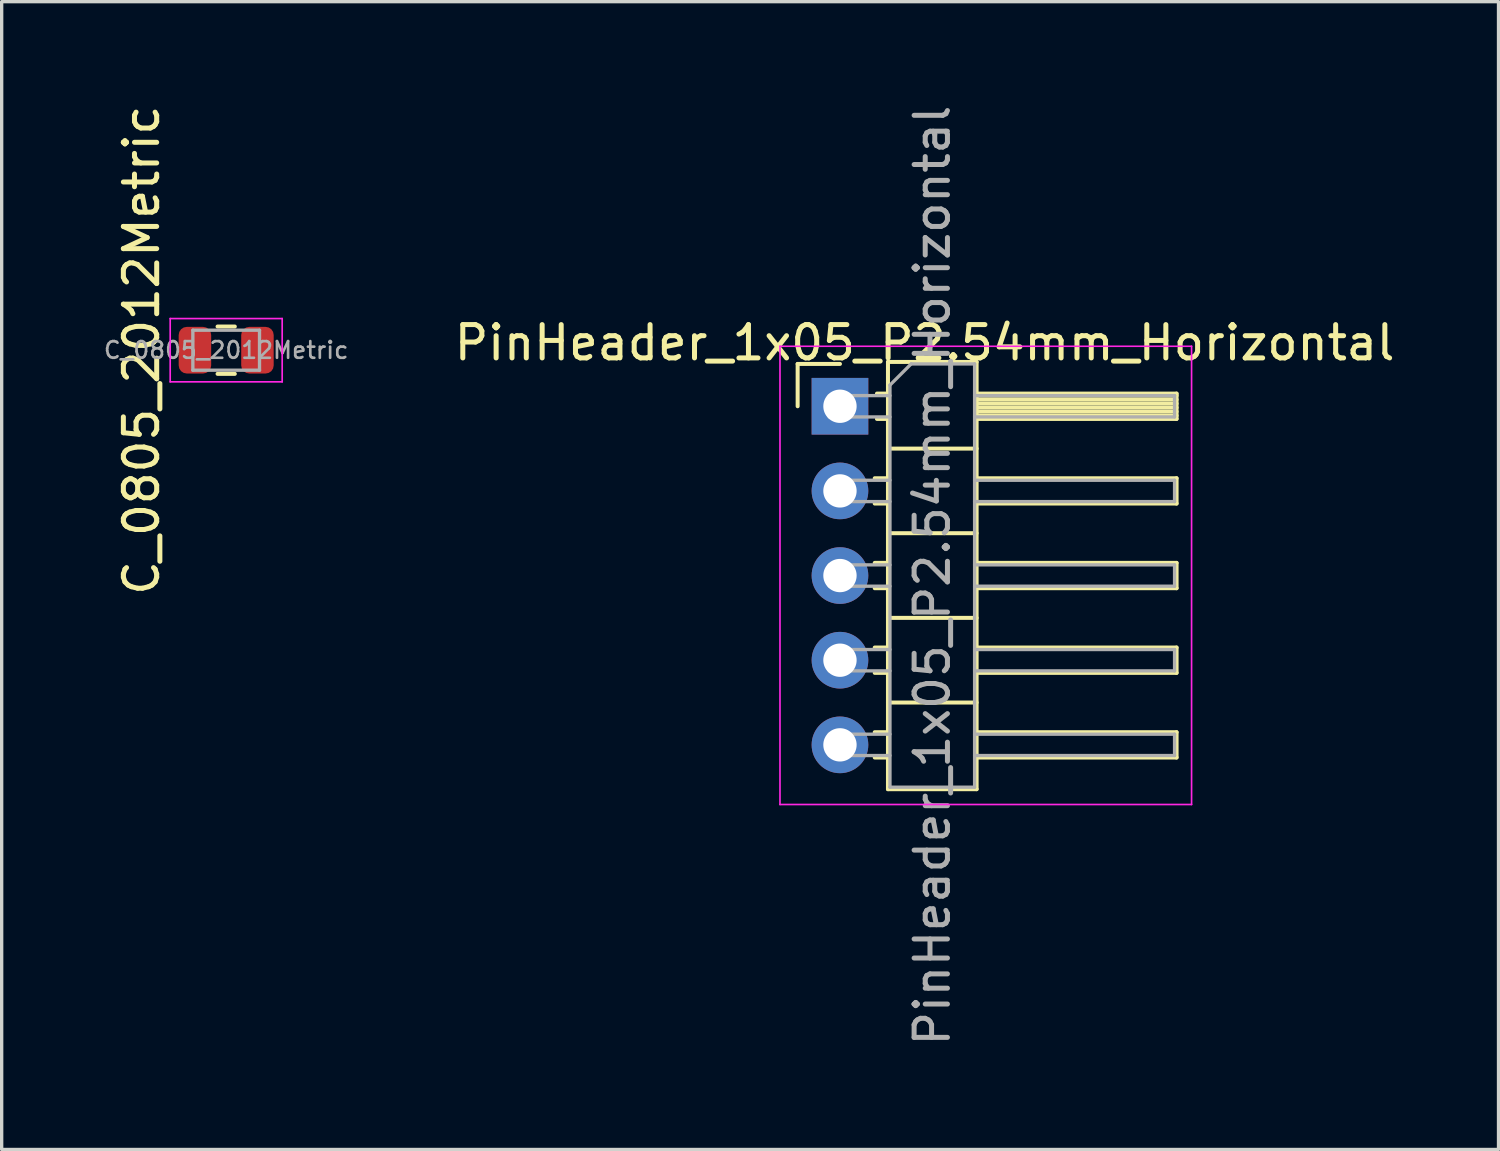
<source format=kicad_pcb>
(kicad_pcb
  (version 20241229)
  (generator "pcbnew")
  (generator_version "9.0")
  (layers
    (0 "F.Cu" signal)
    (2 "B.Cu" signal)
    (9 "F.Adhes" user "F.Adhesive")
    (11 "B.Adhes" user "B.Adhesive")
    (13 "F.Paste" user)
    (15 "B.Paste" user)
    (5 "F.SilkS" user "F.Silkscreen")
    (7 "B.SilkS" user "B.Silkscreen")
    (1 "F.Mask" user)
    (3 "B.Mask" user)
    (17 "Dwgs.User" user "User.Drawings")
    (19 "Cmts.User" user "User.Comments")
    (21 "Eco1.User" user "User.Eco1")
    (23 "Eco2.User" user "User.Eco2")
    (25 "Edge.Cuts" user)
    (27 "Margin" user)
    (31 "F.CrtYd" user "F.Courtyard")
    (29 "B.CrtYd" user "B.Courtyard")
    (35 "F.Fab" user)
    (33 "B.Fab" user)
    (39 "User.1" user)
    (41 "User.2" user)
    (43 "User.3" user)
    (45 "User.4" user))
  (footprint "PinHeader_1x05_P2.54mm_Horizontal"
    (layer "F.Cu")
    (at 22.154 9.14)
    (property "Reference" "PinHeader_1x05_P2.54mm_Horizontal" (at 2.54 -1.905 0) (layer "F.SilkS") (effects (font (size 1 1) (thickness 0.15))))
    (attr through_hole)
    (fp_line (start -1.27 -1.27) (end 0 -1.27) (stroke (width 0.12) (type solid)) (layer "F.SilkS"))
    (fp_line (start -1.27 0) (end -1.27 -1.27) (stroke (width 0.12) (type solid)) (layer "F.SilkS"))
    (fp_line (start 1.043 2.16) (end 1.44 2.16) (stroke (width 0.12) (type solid)) (layer "F.SilkS"))
    (fp_line (start 1.043 2.92) (end 1.44 2.92) (stroke (width 0.12) (type solid)) (layer "F.SilkS"))
    (fp_line (start 1.043 4.7) (end 1.44 4.7) (stroke (width 0.12) (type solid)) (layer "F.SilkS"))
    (fp_line (start 1.043 5.46) (end 1.44 5.46) (stroke (width 0.12) (type solid)) (layer "F.SilkS"))
    (fp_line (start 1.043 7.24) (end 1.44 7.24) (stroke (width 0.12) (type solid)) (layer "F.SilkS"))
    (fp_line (start 1.043 8) (end 1.44 8) (stroke (width 0.12) (type solid)) (layer "F.SilkS"))
    (fp_line (start 1.043 9.78) (end 1.44 9.78) (stroke (width 0.12) (type solid)) (layer "F.SilkS"))
    (fp_line (start 1.043 10.54) (end 1.44 10.54) (stroke (width 0.12) (type solid)) (layer "F.SilkS"))
    (fp_line (start 1.11 -0.38) (end 1.44 -0.38) (stroke (width 0.12) (type solid)) (layer "F.SilkS"))
    (fp_line (start 1.11 0.38) (end 1.44 0.38) (stroke (width 0.12) (type solid)) (layer "F.SilkS"))
    (fp_line (start 1.44 -1.33) (end 1.44 11.49) (stroke (width 0.12) (type solid)) (layer "F.SilkS"))
    (fp_line (start 1.44 1.27) (end 4.1 1.27) (stroke (width 0.12) (type solid)) (layer "F.SilkS"))
    (fp_line (start 1.44 3.81) (end 4.1 3.81) (stroke (width 0.12) (type solid)) (layer "F.SilkS"))
    (fp_line (start 1.44 6.35) (end 4.1 6.35) (stroke (width 0.12) (type solid)) (layer "F.SilkS"))
    (fp_line (start 1.44 8.89) (end 4.1 8.89) (stroke (width 0.12) (type solid)) (layer "F.SilkS"))
    (fp_line (start 1.44 11.49) (end 4.1 11.49) (stroke (width 0.12) (type solid)) (layer "F.SilkS"))
    (fp_line (start 4.1 -1.33) (end 1.44 -1.33) (stroke (width 0.12) (type solid)) (layer "F.SilkS"))
    (fp_line (start 4.1 -0.38) (end 10.1 -0.38) (stroke (width 0.12) (type solid)) (layer "F.SilkS"))
    (fp_line (start 4.1 -0.32) (end 10.1 -0.32) (stroke (width 0.12) (type solid)) (layer "F.SilkS"))
    (fp_line (start 4.1 -0.2) (end 10.1 -0.2) (stroke (width 0.12) (type solid)) (layer "F.SilkS"))
    (fp_line (start 4.1 -0.08) (end 10.1 -0.08) (stroke (width 0.12) (type solid)) (layer "F.SilkS"))
    (fp_line (start 4.1 0.04) (end 10.1 0.04) (stroke (width 0.12) (type solid)) (layer "F.SilkS"))
    (fp_line (start 4.1 0.16) (end 10.1 0.16) (stroke (width 0.12) (type solid)) (layer "F.SilkS"))
    (fp_line (start 4.1 0.28) (end 10.1 0.28) (stroke (width 0.12) (type solid)) (layer "F.SilkS"))
    (fp_line (start 4.1 2.16) (end 10.1 2.16) (stroke (width 0.12) (type solid)) (layer "F.SilkS"))
    (fp_line (start 4.1 4.7) (end 10.1 4.7) (stroke (width 0.12) (type solid)) (layer "F.SilkS"))
    (fp_line (start 4.1 7.24) (end 10.1 7.24) (stroke (width 0.12) (type solid)) (layer "F.SilkS"))
    (fp_line (start 4.1 9.78) (end 10.1 9.78) (stroke (width 0.12) (type solid)) (layer "F.SilkS"))
    (fp_line (start 4.1 11.49) (end 4.1 -1.33) (stroke (width 0.12) (type solid)) (layer "F.SilkS"))
    (fp_line (start 10.1 -0.38) (end 10.1 0.38) (stroke (width 0.12) (type solid)) (layer "F.SilkS"))
    (fp_line (start 10.1 0.38) (end 4.1 0.38) (stroke (width 0.12) (type solid)) (layer "F.SilkS"))
    (fp_line (start 10.1 2.16) (end 10.1 2.92) (stroke (width 0.12) (type solid)) (layer "F.SilkS"))
    (fp_line (start 10.1 2.92) (end 4.1 2.92) (stroke (width 0.12) (type solid)) (layer "F.SilkS"))
    (fp_line (start 10.1 4.7) (end 10.1 5.46) (stroke (width 0.12) (type solid)) (layer "F.SilkS"))
    (fp_line (start 10.1 5.46) (end 4.1 5.46) (stroke (width 0.12) (type solid)) (layer "F.SilkS"))
    (fp_line (start 10.1 7.24) (end 10.1 8) (stroke (width 0.12) (type solid)) (layer "F.SilkS"))
    (fp_line (start 10.1 8) (end 4.1 8) (stroke (width 0.12) (type solid)) (layer "F.SilkS"))
    (fp_line (start 10.1 9.78) (end 10.1 10.54) (stroke (width 0.12) (type solid)) (layer "F.SilkS"))
    (fp_line (start 10.1 10.54) (end 4.1 10.54) (stroke (width 0.12) (type solid)) (layer "F.SilkS"))
    (fp_line (start -1.8 -1.8) (end -1.8 11.95) (stroke (width 0.05) (type solid)) (layer "F.CrtYd"))
    (fp_line (start -1.8 11.95) (end 10.55 11.95) (stroke (width 0.05) (type solid)) (layer "F.CrtYd"))
    (fp_line (start 10.55 -1.8) (end -1.8 -1.8) (stroke (width 0.05) (type solid)) (layer "F.CrtYd"))
    (fp_line (start 10.55 11.95) (end 10.55 -1.8) (stroke (width 0.05) (type solid)) (layer "F.CrtYd"))
    (fp_line (start -0.32 -0.32) (end -0.32 0.32) (stroke (width 0.1) (type solid)) (layer "F.Fab"))
    (fp_line (start -0.32 -0.32) (end 1.5 -0.32) (stroke (width 0.1) (type solid)) (layer "F.Fab"))
    (fp_line (start -0.32 0.32) (end 1.5 0.32) (stroke (width 0.1) (type solid)) (layer "F.Fab"))
    (fp_line (start -0.32 2.22) (end -0.32 2.86) (stroke (width 0.1) (type solid)) (layer "F.Fab"))
    (fp_line (start -0.32 2.22) (end 1.5 2.22) (stroke (width 0.1) (type solid)) (layer "F.Fab"))
    (fp_line (start -0.32 2.86) (end 1.5 2.86) (stroke (width 0.1) (type solid)) (layer "F.Fab"))
    (fp_line (start -0.32 4.76) (end -0.32 5.4) (stroke (width 0.1) (type solid)) (layer "F.Fab"))
    (fp_line (start -0.32 4.76) (end 1.5 4.76) (stroke (width 0.1) (type solid)) (layer "F.Fab"))
    (fp_line (start -0.32 5.4) (end 1.5 5.4) (stroke (width 0.1) (type solid)) (layer "F.Fab"))
    (fp_line (start -0.32 7.3) (end -0.32 7.94) (stroke (width 0.1) (type solid)) (layer "F.Fab"))
    (fp_line (start -0.32 7.3) (end 1.5 7.3) (stroke (width 0.1) (type solid)) (layer "F.Fab"))
    (fp_line (start -0.32 7.94) (end 1.5 7.94) (stroke (width 0.1) (type solid)) (layer "F.Fab"))
    (fp_line (start -0.32 9.84) (end -0.32 10.48) (stroke (width 0.1) (type solid)) (layer "F.Fab"))
    (fp_line (start -0.32 9.84) (end 1.5 9.84) (stroke (width 0.1) (type solid)) (layer "F.Fab"))
    (fp_line (start -0.32 10.48) (end 1.5 10.48) (stroke (width 0.1) (type solid)) (layer "F.Fab"))
    (fp_line (start 1.5 -0.635) (end 2.135 -1.27) (stroke (width 0.1) (type solid)) (layer "F.Fab"))
    (fp_line (start 1.5 11.43) (end 1.5 -0.635) (stroke (width 0.1) (type solid)) (layer "F.Fab"))
    (fp_line (start 2.135 -1.27) (end 4.04 -1.27) (stroke (width 0.1) (type solid)) (layer "F.Fab"))
    (fp_line (start 4.04 -1.27) (end 4.04 11.43) (stroke (width 0.1) (type solid)) (layer "F.Fab"))
    (fp_line (start 4.04 -0.32) (end 10.04 -0.32) (stroke (width 0.1) (type solid)) (layer "F.Fab"))
    (fp_line (start 4.04 0.32) (end 10.04 0.32) (stroke (width 0.1) (type solid)) (layer "F.Fab"))
    (fp_line (start 4.04 2.22) (end 10.04 2.22) (stroke (width 0.1) (type solid)) (layer "F.Fab"))
    (fp_line (start 4.04 2.86) (end 10.04 2.86) (stroke (width 0.1) (type solid)) (layer "F.Fab"))
    (fp_line (start 4.04 4.76) (end 10.04 4.76) (stroke (width 0.1) (type solid)) (layer "F.Fab"))
    (fp_line (start 4.04 5.4) (end 10.04 5.4) (stroke (width 0.1) (type solid)) (layer "F.Fab"))
    (fp_line (start 4.04 7.3) (end 10.04 7.3) (stroke (width 0.1) (type solid)) (layer "F.Fab"))
    (fp_line (start 4.04 7.94) (end 10.04 7.94) (stroke (width 0.1) (type solid)) (layer "F.Fab"))
    (fp_line (start 4.04 9.84) (end 10.04 9.84) (stroke (width 0.1) (type solid)) (layer "F.Fab"))
    (fp_line (start 4.04 10.48) (end 10.04 10.48) (stroke (width 0.1) (type solid)) (layer "F.Fab"))
    (fp_line (start 4.04 11.43) (end 1.5 11.43) (stroke (width 0.1) (type solid)) (layer "F.Fab"))
    (fp_line (start 10.04 -0.32) (end 10.04 0.32) (stroke (width 0.1) (type solid)) (layer "F.Fab"))
    (fp_line (start 10.04 2.22) (end 10.04 2.86) (stroke (width 0.1) (type solid)) (layer "F.Fab"))
    (fp_line (start 10.04 4.76) (end 10.04 5.4) (stroke (width 0.1) (type solid)) (layer "F.Fab"))
    (fp_line (start 10.04 7.3) (end 10.04 7.94) (stroke (width 0.1) (type solid)) (layer "F.Fab"))
    (fp_line (start 10.04 9.84) (end 10.04 10.48) (stroke (width 0.1) (type solid)) (layer "F.Fab"))
    (fp_text user "${REFERENCE}" (at 2.77 5.08 90) (layer "F.Fab") (effects (font (size 1 1) (thickness 0.15))))
    (pad "1" thru_hole rect (at 0 0) (size 1.7 1.7) (drill 1) (layers "*.Cu" "*.Mask"))
    (pad "2" thru_hole oval (at 0 2.54) (size 1.7 1.7) (drill 1) (layers "*.Cu" "*.Mask"))
    (pad "3" thru_hole oval (at 0 5.08) (size 1.7 1.7) (drill 1) (layers "*.Cu" "*.Mask"))
    (pad "4" thru_hole oval (at 0 7.62) (size 1.7 1.7) (drill 1) (layers "*.Cu" "*.Mask"))
    (pad "5" thru_hole oval (at 0 10.16) (size 1.7 1.7) (drill 1) (layers "*.Cu" "*.Mask")))
  (footprint "C_0805_2012Metric"
    (layer "F.Cu")
    (at 3.737 7.458)
    (property "Reference" "C_0805_2012Metric" (at -2.54 0 90) (layer "F.SilkS") (effects (font (size 1 1) (thickness 0.15))))
    (attr smd)
    (fp_line (start -0.259 -0.71) (end 0.259 -0.71) (stroke (width 0.12) (type solid)) (layer "F.SilkS"))
    (fp_line (start -0.259 0.71) (end 0.259 0.71) (stroke (width 0.12) (type solid)) (layer "F.SilkS"))
    (fp_line (start -1.68 -0.95) (end 1.68 -0.95) (stroke (width 0.05) (type solid)) (layer "F.CrtYd"))
    (fp_line (start -1.68 0.95) (end -1.68 -0.95) (stroke (width 0.05) (type solid)) (layer "F.CrtYd"))
    (fp_line (start 1.68 -0.95) (end 1.68 0.95) (stroke (width 0.05) (type solid)) (layer "F.CrtYd"))
    (fp_line (start 1.68 0.95) (end -1.68 0.95) (stroke (width 0.05) (type solid)) (layer "F.CrtYd"))
    (fp_line (start -1 -0.6) (end 1 -0.6) (stroke (width 0.1) (type solid)) (layer "F.Fab"))
    (fp_line (start -1 0.6) (end -1 -0.6) (stroke (width 0.1) (type solid)) (layer "F.Fab"))
    (fp_line (start 1 -0.6) (end 1 0.6) (stroke (width 0.1) (type solid)) (layer "F.Fab"))
    (fp_line (start 1 0.6) (end -1 0.6) (stroke (width 0.1) (type solid)) (layer "F.Fab"))
    (fp_text user "${REFERENCE}" (at 0 0 0) (layer "F.Fab") (effects (font (size 0.5 0.5) (thickness 0.08))))
    (pad "1" smd roundrect (at -0.938 0) (size 0.975 1.4) (layers "F.Cu" "F.Mask" "F.Paste") (roundrect_rratio 0.25))
    (pad "2" smd roundrect (at 0.938 0) (size 0.975 1.4) (layers "F.Cu" "F.Mask" "F.Paste") (roundrect_rratio 0.25)))
  (gr_rect
    (start -3 -3)
    (end 41.914 31.44)
    (stroke (width 0.1) (type default))
    (fill no)
    (layer "Edge.Cuts")))
</source>
